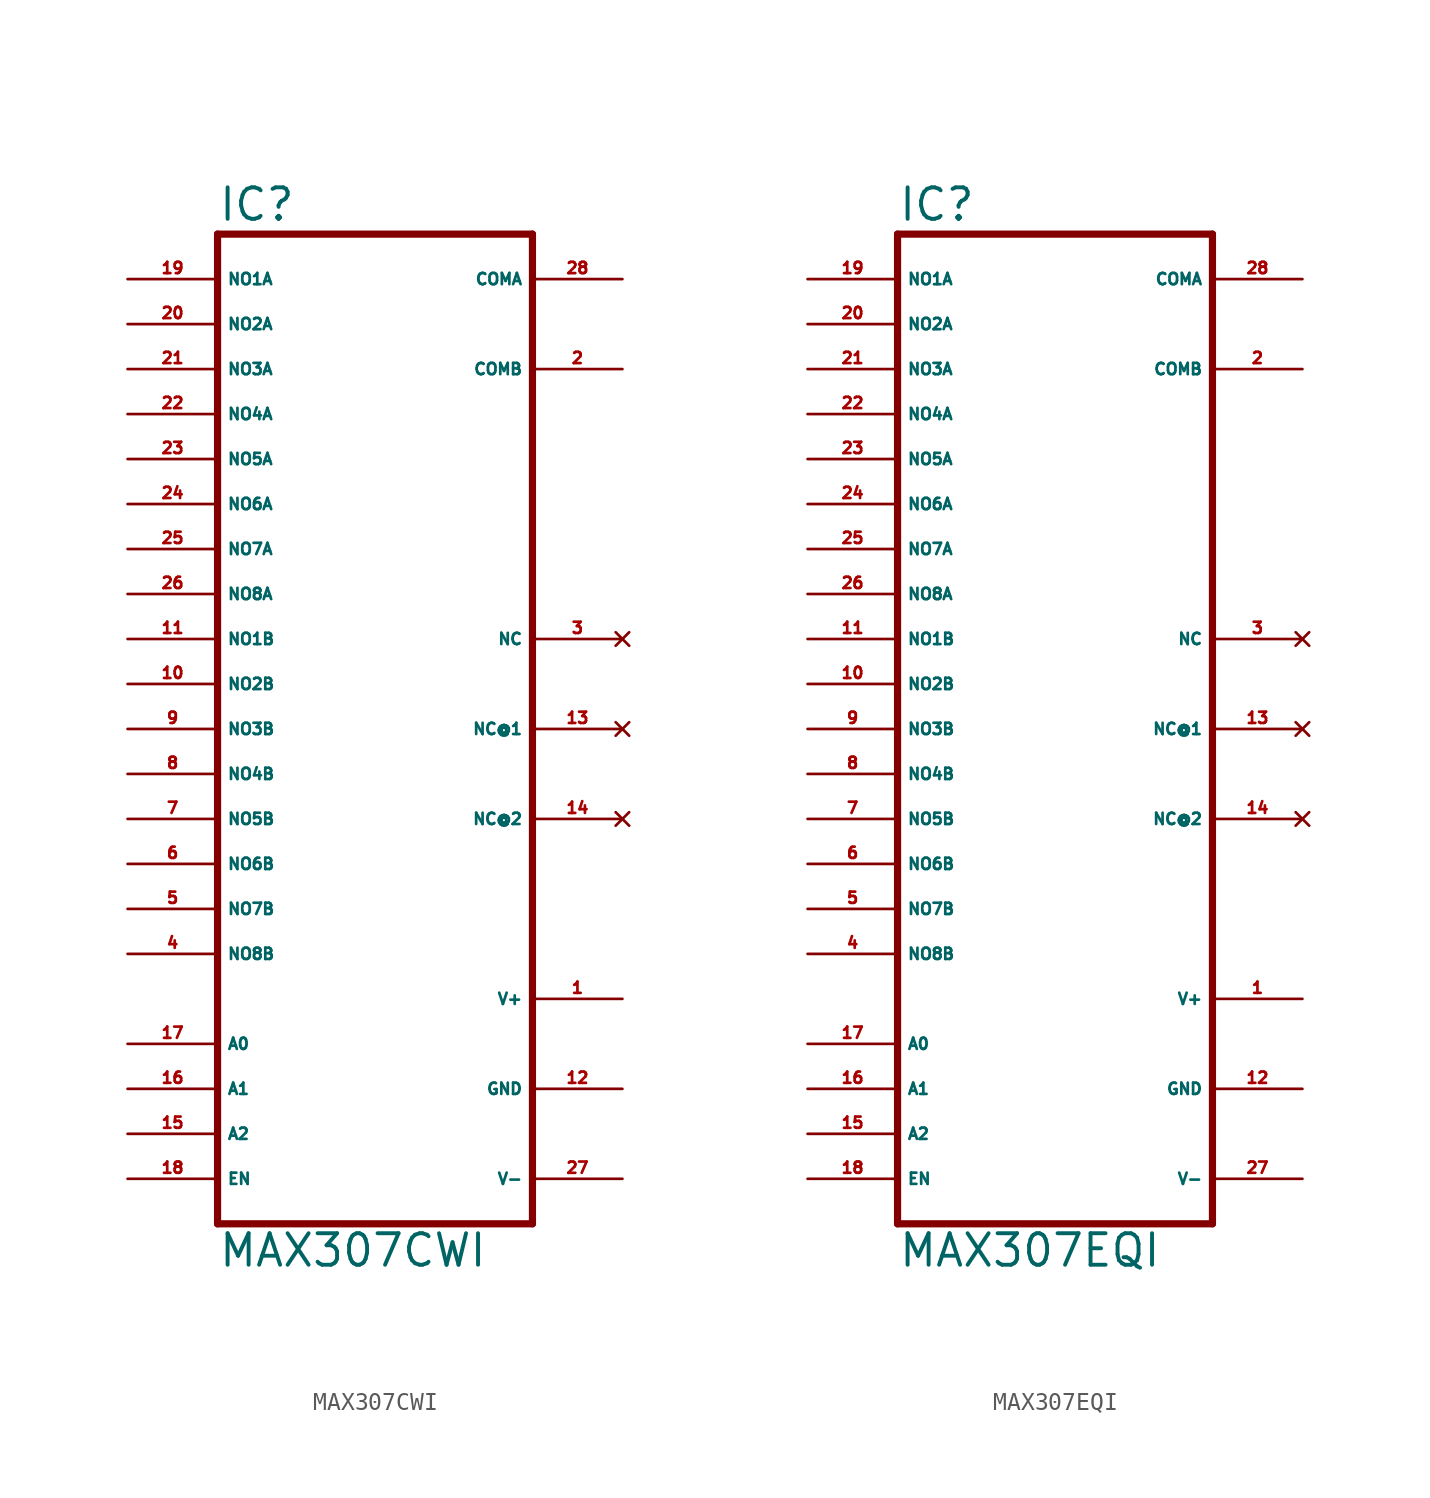
<source format=kicad_sym>
(kicad_symbol_lib
  (version 20220914)
  (generator Eagle2Kicad)
  (symbol "MAX307CWI"
    (property "Reference" "IC"
      (at -10.16 31.115 0)
      (effects (font (size 1.778 1.778) (thickness 0.22)) (justify left bottom)))
    (property "Value" "MAX307CWI"
      (at -10.16 -27.94 0)
      (effects (font (size 1.778 1.778) (thickness 0.22)) (justify left bottom)))
    (polyline
      (pts (xy -10.16 30.48) (xy 7.62 30.48))
      (stroke (width 0.406) (type default))
      (fill (type none)))
    (polyline
      (pts (xy 7.62 30.48) (xy 7.62 -25.4))
      (stroke (width 0.406) (type default))
      (fill (type none)))
    (polyline
      (pts (xy 7.62 -25.4) (xy -10.16 -25.4))
      (stroke (width 0.406) (type default))
      (fill (type none)))
    (polyline
      (pts (xy -10.16 -25.4) (xy -10.16 30.48))
      (stroke (width 0.406) (type default))
      (fill (type none)))
    (pin passive line
      (at -15.24 27.94 0)
      (length 5.08)
      (name "NO1A" (effects (font (size 0.635 0.635) (thickness 0.08)) (justify left bottom)))
      (number "19" (effects (font (size 0.635 0.635) (thickness 0.08)) (justify left bottom))))
    (pin passive line
      (at -15.24 25.4 0)
      (length 5.08)
      (name "NO2A" (effects (font (size 0.635 0.635) (thickness 0.08)) (justify left bottom)))
      (number "20" (effects (font (size 0.635 0.635) (thickness 0.08)) (justify left bottom))))
    (pin passive line
      (at -15.24 22.86 0)
      (length 5.08)
      (name "NO3A" (effects (font (size 0.635 0.635) (thickness 0.08)) (justify left bottom)))
      (number "21" (effects (font (size 0.635 0.635) (thickness 0.08)) (justify left bottom))))
    (pin passive line
      (at -15.24 20.32 0)
      (length 5.08)
      (name "NO4A" (effects (font (size 0.635 0.635) (thickness 0.08)) (justify left bottom)))
      (number "22" (effects (font (size 0.635 0.635) (thickness 0.08)) (justify left bottom))))
    (pin passive line
      (at -15.24 17.78 0)
      (length 5.08)
      (name "NO5A" (effects (font (size 0.635 0.635) (thickness 0.08)) (justify left bottom)))
      (number "23" (effects (font (size 0.635 0.635) (thickness 0.08)) (justify left bottom))))
    (pin passive line
      (at -15.24 15.24 0)
      (length 5.08)
      (name "NO6A" (effects (font (size 0.635 0.635) (thickness 0.08)) (justify left bottom)))
      (number "24" (effects (font (size 0.635 0.635) (thickness 0.08)) (justify left bottom))))
    (pin passive line
      (at -15.24 12.7 0)
      (length 5.08)
      (name "NO7A" (effects (font (size 0.635 0.635) (thickness 0.08)) (justify left bottom)))
      (number "25" (effects (font (size 0.635 0.635) (thickness 0.08)) (justify left bottom))))
    (pin passive line
      (at -15.24 10.16 0)
      (length 5.08)
      (name "NO8A" (effects (font (size 0.635 0.635) (thickness 0.08)) (justify left bottom)))
      (number "26" (effects (font (size 0.635 0.635) (thickness 0.08)) (justify left bottom))))
    (pin passive line
      (at -15.24 -10.16 0)
      (length 5.08)
      (name "NO8B" (effects (font (size 0.635 0.635) (thickness 0.08)) (justify left bottom)))
      (number "4" (effects (font (size 0.635 0.635) (thickness 0.08)) (justify left bottom))))
    (pin passive line
      (at -15.24 7.62 0)
      (length 5.08)
      (name "NO1B" (effects (font (size 0.635 0.635) (thickness 0.08)) (justify left bottom)))
      (number "11" (effects (font (size 0.635 0.635) (thickness 0.08)) (justify left bottom))))
    (pin passive line
      (at -15.24 5.08 0)
      (length 5.08)
      (name "NO2B" (effects (font (size 0.635 0.635) (thickness 0.08)) (justify left bottom)))
      (number "10" (effects (font (size 0.635 0.635) (thickness 0.08)) (justify left bottom))))
    (pin passive line
      (at -15.24 2.54 0)
      (length 5.08)
      (name "NO3B" (effects (font (size 0.635 0.635) (thickness 0.08)) (justify left bottom)))
      (number "9" (effects (font (size 0.635 0.635) (thickness 0.08)) (justify left bottom))))
    (pin passive line
      (at -15.24 0 0)
      (length 5.08)
      (name "NO4B" (effects (font (size 0.635 0.635) (thickness 0.08)) (justify left bottom)))
      (number "8" (effects (font (size 0.635 0.635) (thickness 0.08)) (justify left bottom))))
    (pin passive line
      (at -15.24 -2.54 0)
      (length 5.08)
      (name "NO5B" (effects (font (size 0.635 0.635) (thickness 0.08)) (justify left bottom)))
      (number "7" (effects (font (size 0.635 0.635) (thickness 0.08)) (justify left bottom))))
    (pin passive line
      (at -15.24 -5.08 0)
      (length 5.08)
      (name "NO6B" (effects (font (size 0.635 0.635) (thickness 0.08)) (justify left bottom)))
      (number "6" (effects (font (size 0.635 0.635) (thickness 0.08)) (justify left bottom))))
    (pin passive line
      (at -15.24 -7.62 0)
      (length 5.08)
      (name "NO7B" (effects (font (size 0.635 0.635) (thickness 0.08)) (justify left bottom)))
      (number "5" (effects (font (size 0.635 0.635) (thickness 0.08)) (justify left bottom))))
    (pin input line
      (at -15.24 -15.24 0)
      (length 5.08)
      (name "A0" (effects (font (size 0.635 0.635) (thickness 0.08)) (justify left bottom)))
      (number "17" (effects (font (size 0.635 0.635) (thickness 0.08)) (justify left bottom))))
    (pin input line
      (at -15.24 -17.78 0)
      (length 5.08)
      (name "A1" (effects (font (size 0.635 0.635) (thickness 0.08)) (justify left bottom)))
      (number "16" (effects (font (size 0.635 0.635) (thickness 0.08)) (justify left bottom))))
    (pin input line
      (at -15.24 -20.32 0)
      (length 5.08)
      (name "A2" (effects (font (size 0.635 0.635) (thickness 0.08)) (justify left bottom)))
      (number "15" (effects (font (size 0.635 0.635) (thickness 0.08)) (justify left bottom))))
    (pin no_connect line
      (at 12.7 -2.54 180)
      (length 5.08)
      (name "NC@2" (effects (font (size 0.635 0.635) (thickness 0.08)) (justify left bottom) hide))
      (number "14" (effects (font (size 0.635 0.635) (thickness 0.08)) (justify left bottom) hide)))
    (pin passive line
      (at 12.7 27.94 180)
      (length 5.08)
      (name "COMA" (effects (font (size 0.635 0.635) (thickness 0.08)) (justify left bottom)))
      (number "28" (effects (font (size 0.635 0.635) (thickness 0.08)) (justify left bottom))))
    (pin unspecified line
      (at 12.7 -22.86 180)
      (length 5.08)
      (name "V-" (effects (font (size 0.635 0.635) (thickness 0.08)) (justify left bottom)))
      (number "27" (effects (font (size 0.635 0.635) (thickness 0.08)) (justify left bottom))))
    (pin unspecified line
      (at 12.7 -17.78 180)
      (length 5.08)
      (name "GND" (effects (font (size 0.635 0.635) (thickness 0.08)) (justify left bottom)))
      (number "12" (effects (font (size 0.635 0.635) (thickness 0.08)) (justify left bottom))))
    (pin unspecified line
      (at 12.7 -12.7 180)
      (length 5.08)
      (name "V+" (effects (font (size 0.635 0.635) (thickness 0.08)) (justify left bottom)))
      (number "1" (effects (font (size 0.635 0.635) (thickness 0.08)) (justify left bottom))))
    (pin input line
      (at -15.24 -22.86 0)
      (length 5.08)
      (name "EN" (effects (font (size 0.635 0.635) (thickness 0.08)) (justify left bottom)))
      (number "18" (effects (font (size 0.635 0.635) (thickness 0.08)) (justify left bottom))))
    (pin no_connect line
      (at 12.7 7.62 180)
      (length 5.08)
      (name "NC" (effects (font (size 0.635 0.635) (thickness 0.08)) (justify left bottom) hide))
      (number "3" (effects (font (size 0.635 0.635) (thickness 0.08)) (justify left bottom) hide)))
    (pin no_connect line
      (at 12.7 2.54 180)
      (length 5.08)
      (name "NC@1" (effects (font (size 0.635 0.635) (thickness 0.08)) (justify left bottom) hide))
      (number "13" (effects (font (size 0.635 0.635) (thickness 0.08)) (justify left bottom) hide)))
    (pin passive line
      (at 12.7 22.86 180)
      (length 5.08)
      (name "COMB" (effects (font (size 0.635 0.635) (thickness 0.08)) (justify left bottom)))
      (number "2" (effects (font (size 0.635 0.635) (thickness 0.08)) (justify left bottom)))))
  (symbol "MAX307EQI"
    (property "Reference" "IC"
      (at -10.16 31.115 0)
      (effects (font (size 1.778 1.778) (thickness 0.22)) (justify left bottom)))
    (property "Value" "MAX307EQI"
      (at -10.16 -27.94 0)
      (effects (font (size 1.778 1.778) (thickness 0.22)) (justify left bottom)))
    (polyline
      (pts (xy -10.16 30.48) (xy 7.62 30.48))
      (stroke (width 0.406) (type default))
      (fill (type none)))
    (polyline
      (pts (xy 7.62 30.48) (xy 7.62 -25.4))
      (stroke (width 0.406) (type default))
      (fill (type none)))
    (polyline
      (pts (xy 7.62 -25.4) (xy -10.16 -25.4))
      (stroke (width 0.406) (type default))
      (fill (type none)))
    (polyline
      (pts (xy -10.16 -25.4) (xy -10.16 30.48))
      (stroke (width 0.406) (type default))
      (fill (type none)))
    (pin passive line
      (at -15.24 27.94 0)
      (length 5.08)
      (name "NO1A" (effects (font (size 0.635 0.635) (thickness 0.08)) (justify left bottom)))
      (number "19" (effects (font (size 0.635 0.635) (thickness 0.08)) (justify left bottom))))
    (pin passive line
      (at -15.24 25.4 0)
      (length 5.08)
      (name "NO2A" (effects (font (size 0.635 0.635) (thickness 0.08)) (justify left bottom)))
      (number "20" (effects (font (size 0.635 0.635) (thickness 0.08)) (justify left bottom))))
    (pin passive line
      (at -15.24 22.86 0)
      (length 5.08)
      (name "NO3A" (effects (font (size 0.635 0.635) (thickness 0.08)) (justify left bottom)))
      (number "21" (effects (font (size 0.635 0.635) (thickness 0.08)) (justify left bottom))))
    (pin passive line
      (at -15.24 20.32 0)
      (length 5.08)
      (name "NO4A" (effects (font (size 0.635 0.635) (thickness 0.08)) (justify left bottom)))
      (number "22" (effects (font (size 0.635 0.635) (thickness 0.08)) (justify left bottom))))
    (pin passive line
      (at -15.24 17.78 0)
      (length 5.08)
      (name "NO5A" (effects (font (size 0.635 0.635) (thickness 0.08)) (justify left bottom)))
      (number "23" (effects (font (size 0.635 0.635) (thickness 0.08)) (justify left bottom))))
    (pin passive line
      (at -15.24 15.24 0)
      (length 5.08)
      (name "NO6A" (effects (font (size 0.635 0.635) (thickness 0.08)) (justify left bottom)))
      (number "24" (effects (font (size 0.635 0.635) (thickness 0.08)) (justify left bottom))))
    (pin passive line
      (at -15.24 12.7 0)
      (length 5.08)
      (name "NO7A" (effects (font (size 0.635 0.635) (thickness 0.08)) (justify left bottom)))
      (number "25" (effects (font (size 0.635 0.635) (thickness 0.08)) (justify left bottom))))
    (pin passive line
      (at -15.24 10.16 0)
      (length 5.08)
      (name "NO8A" (effects (font (size 0.635 0.635) (thickness 0.08)) (justify left bottom)))
      (number "26" (effects (font (size 0.635 0.635) (thickness 0.08)) (justify left bottom))))
    (pin passive line
      (at -15.24 -10.16 0)
      (length 5.08)
      (name "NO8B" (effects (font (size 0.635 0.635) (thickness 0.08)) (justify left bottom)))
      (number "4" (effects (font (size 0.635 0.635) (thickness 0.08)) (justify left bottom))))
    (pin passive line
      (at -15.24 7.62 0)
      (length 5.08)
      (name "NO1B" (effects (font (size 0.635 0.635) (thickness 0.08)) (justify left bottom)))
      (number "11" (effects (font (size 0.635 0.635) (thickness 0.08)) (justify left bottom))))
    (pin passive line
      (at -15.24 5.08 0)
      (length 5.08)
      (name "NO2B" (effects (font (size 0.635 0.635) (thickness 0.08)) (justify left bottom)))
      (number "10" (effects (font (size 0.635 0.635) (thickness 0.08)) (justify left bottom))))
    (pin passive line
      (at -15.24 2.54 0)
      (length 5.08)
      (name "NO3B" (effects (font (size 0.635 0.635) (thickness 0.08)) (justify left bottom)))
      (number "9" (effects (font (size 0.635 0.635) (thickness 0.08)) (justify left bottom))))
    (pin passive line
      (at -15.24 0 0)
      (length 5.08)
      (name "NO4B" (effects (font (size 0.635 0.635) (thickness 0.08)) (justify left bottom)))
      (number "8" (effects (font (size 0.635 0.635) (thickness 0.08)) (justify left bottom))))
    (pin passive line
      (at -15.24 -2.54 0)
      (length 5.08)
      (name "NO5B" (effects (font (size 0.635 0.635) (thickness 0.08)) (justify left bottom)))
      (number "7" (effects (font (size 0.635 0.635) (thickness 0.08)) (justify left bottom))))
    (pin passive line
      (at -15.24 -5.08 0)
      (length 5.08)
      (name "NO6B" (effects (font (size 0.635 0.635) (thickness 0.08)) (justify left bottom)))
      (number "6" (effects (font (size 0.635 0.635) (thickness 0.08)) (justify left bottom))))
    (pin passive line
      (at -15.24 -7.62 0)
      (length 5.08)
      (name "NO7B" (effects (font (size 0.635 0.635) (thickness 0.08)) (justify left bottom)))
      (number "5" (effects (font (size 0.635 0.635) (thickness 0.08)) (justify left bottom))))
    (pin input line
      (at -15.24 -15.24 0)
      (length 5.08)
      (name "A0" (effects (font (size 0.635 0.635) (thickness 0.08)) (justify left bottom)))
      (number "17" (effects (font (size 0.635 0.635) (thickness 0.08)) (justify left bottom))))
    (pin input line
      (at -15.24 -17.78 0)
      (length 5.08)
      (name "A1" (effects (font (size 0.635 0.635) (thickness 0.08)) (justify left bottom)))
      (number "16" (effects (font (size 0.635 0.635) (thickness 0.08)) (justify left bottom))))
    (pin input line
      (at -15.24 -20.32 0)
      (length 5.08)
      (name "A2" (effects (font (size 0.635 0.635) (thickness 0.08)) (justify left bottom)))
      (number "15" (effects (font (size 0.635 0.635) (thickness 0.08)) (justify left bottom))))
    (pin no_connect line
      (at 12.7 -2.54 180)
      (length 5.08)
      (name "NC@2" (effects (font (size 0.635 0.635) (thickness 0.08)) (justify left bottom) hide))
      (number "14" (effects (font (size 0.635 0.635) (thickness 0.08)) (justify left bottom) hide)))
    (pin passive line
      (at 12.7 27.94 180)
      (length 5.08)
      (name "COMA" (effects (font (size 0.635 0.635) (thickness 0.08)) (justify left bottom)))
      (number "28" (effects (font (size 0.635 0.635) (thickness 0.08)) (justify left bottom))))
    (pin unspecified line
      (at 12.7 -22.86 180)
      (length 5.08)
      (name "V-" (effects (font (size 0.635 0.635) (thickness 0.08)) (justify left bottom)))
      (number "27" (effects (font (size 0.635 0.635) (thickness 0.08)) (justify left bottom))))
    (pin unspecified line
      (at 12.7 -17.78 180)
      (length 5.08)
      (name "GND" (effects (font (size 0.635 0.635) (thickness 0.08)) (justify left bottom)))
      (number "12" (effects (font (size 0.635 0.635) (thickness 0.08)) (justify left bottom))))
    (pin unspecified line
      (at 12.7 -12.7 180)
      (length 5.08)
      (name "V+" (effects (font (size 0.635 0.635) (thickness 0.08)) (justify left bottom)))
      (number "1" (effects (font (size 0.635 0.635) (thickness 0.08)) (justify left bottom))))
    (pin input line
      (at -15.24 -22.86 0)
      (length 5.08)
      (name "EN" (effects (font (size 0.635 0.635) (thickness 0.08)) (justify left bottom)))
      (number "18" (effects (font (size 0.635 0.635) (thickness 0.08)) (justify left bottom))))
    (pin no_connect line
      (at 12.7 7.62 180)
      (length 5.08)
      (name "NC" (effects (font (size 0.635 0.635) (thickness 0.08)) (justify left bottom) hide))
      (number "3" (effects (font (size 0.635 0.635) (thickness 0.08)) (justify left bottom) hide)))
    (pin no_connect line
      (at 12.7 2.54 180)
      (length 5.08)
      (name "NC@1" (effects (font (size 0.635 0.635) (thickness 0.08)) (justify left bottom) hide))
      (number "13" (effects (font (size 0.635 0.635) (thickness 0.08)) (justify left bottom) hide)))
    (pin passive line
      (at 12.7 22.86 180)
      (length 5.08)
      (name "COMB" (effects (font (size 0.635 0.635) (thickness 0.08)) (justify left bottom)))
      (number "2" (effects (font (size 0.635 0.635) (thickness 0.08)) (justify left bottom))))))
</source>
